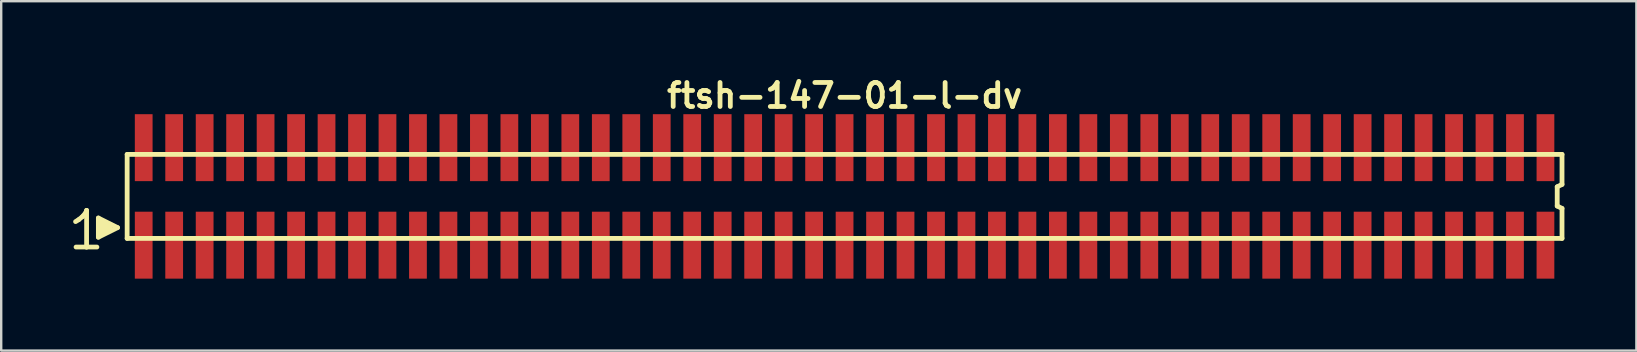
<source format=kicad_pcb>
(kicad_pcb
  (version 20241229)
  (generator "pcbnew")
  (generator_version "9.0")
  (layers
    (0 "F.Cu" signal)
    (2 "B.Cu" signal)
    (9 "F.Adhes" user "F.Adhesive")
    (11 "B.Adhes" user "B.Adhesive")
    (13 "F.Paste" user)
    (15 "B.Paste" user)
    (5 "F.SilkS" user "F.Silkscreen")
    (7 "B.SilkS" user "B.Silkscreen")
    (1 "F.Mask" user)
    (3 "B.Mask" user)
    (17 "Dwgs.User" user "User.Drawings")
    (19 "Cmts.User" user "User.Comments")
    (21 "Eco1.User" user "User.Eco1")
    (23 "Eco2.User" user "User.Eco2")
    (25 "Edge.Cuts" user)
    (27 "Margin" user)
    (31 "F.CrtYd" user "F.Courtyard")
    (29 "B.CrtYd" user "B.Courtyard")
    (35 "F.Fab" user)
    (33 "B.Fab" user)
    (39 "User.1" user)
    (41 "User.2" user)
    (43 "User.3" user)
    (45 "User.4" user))
  (footprint "ftsh-147-01-l-dv"
    (layer "F.Cu")
    (at 32.149 5.136)
    (property "Reference" "ftsh-147-01-l-dv" (at 0 -4.2 0) (layer "F.SilkS") (effects (font (size 1 1) (thickness 0.2))))
    (attr through_hole)
    (fp_line (start -32.05 1.05) (end -31.92 0.97) (stroke (width 0.198) (type solid)) (layer "F.SilkS"))
    (fp_line (start -31.92 0.97) (end -31.76 0.84) (stroke (width 0.198) (type solid)) (layer "F.SilkS"))
    (fp_line (start -31.76 0.84) (end -31.62 0.67) (stroke (width 0.198) (type solid)) (layer "F.SilkS"))
    (fp_line (start -31.62 0.67) (end -31.59 0.58) (stroke (width 0.198) (type solid)) (layer "F.SilkS"))
    (fp_line (start -31.59 0.58) (end -31.59 2.11) (stroke (width 0.198) (type solid)) (layer "F.SilkS"))
    (fp_line (start -31.59 2.11) (end -32.03 2.11) (stroke (width 0.198) (type solid)) (layer "F.SilkS"))
    (fp_line (start -31.16 2.11) (end -31.6 2.11) (stroke (width 0.198) (type solid)) (layer "F.SilkS"))
    (fp_line (start -31.1 0.9) (end -30.3 1.3) (stroke (width 0.198) (type solid)) (layer "F.SilkS"))
    (fp_line (start -31.1 1.7) (end -31.1 0.9) (stroke (width 0.198) (type solid)) (layer "F.SilkS"))
    (fp_line (start -31 1.6) (end -31 1) (stroke (width 0.198) (type solid)) (layer "F.SilkS"))
    (fp_line (start -30.9 1.1) (end -30.9 1.5) (stroke (width 0.198) (type solid)) (layer "F.SilkS"))
    (fp_line (start -30.8 1.5) (end -30.8 1.1) (stroke (width 0.198) (type solid)) (layer "F.SilkS"))
    (fp_line (start -30.7 1.2) (end -30.7 1.4) (stroke (width 0.198) (type solid)) (layer "F.SilkS"))
    (fp_line (start -30.6 1.4) (end -30.6 1.2) (stroke (width 0.198) (type solid)) (layer "F.SilkS"))
    (fp_line (start -30.3 1.3) (end -31.1 1.7) (stroke (width 0.198) (type solid)) (layer "F.SilkS"))
    (fp_line (start -29.9 -1.75) (end -29.9 1.75) (stroke (width 0.2) (type solid)) (layer "F.SilkS"))
    (fp_line (start -29.9 -1.75) (end 29.9 -1.75) (stroke (width 0.2) (type solid)) (layer "F.SilkS"))
    (fp_line (start -29.9 1.75) (end 29.9 1.75) (stroke (width 0.2) (type solid)) (layer "F.SilkS"))
    (fp_line (start 29.7 -0.4) (end 29.7 0.4) (stroke (width 0.2) (type solid)) (layer "F.SilkS"))
    (fp_line (start 29.7 0.4) (end 29.9 0.5) (stroke (width 0.2) (type solid)) (layer "F.SilkS"))
    (fp_line (start 29.9 -1.75) (end 29.9 -0.5) (stroke (width 0.2) (type solid)) (layer "F.SilkS"))
    (fp_line (start 29.9 -0.5) (end 29.7 -0.4) (stroke (width 0.2) (type solid)) (layer "F.SilkS"))
    (fp_line (start 29.9 0.5) (end 29.9 1.75) (stroke (width 0.2) (type solid)) (layer "F.SilkS"))
    (pad "1" smd rect (at -29.21 2.032) (size 0.74 2.79) (layers "F.Cu" "F.Mask" "F.Paste"))
    (pad "2" smd rect (at -29.21 -2.032) (size 0.74 2.79) (layers "F.Cu" "F.Mask" "F.Paste"))
    (pad "3" smd rect (at -27.94 2.032) (size 0.74 2.79) (layers "F.Cu" "F.Mask" "F.Paste"))
    (pad "4" smd rect (at -27.94 -2.032) (size 0.74 2.79) (layers "F.Cu" "F.Mask" "F.Paste"))
    (pad "5" smd rect (at -26.67 2.032) (size 0.74 2.79) (layers "F.Cu" "F.Mask" "F.Paste"))
    (pad "6" smd rect (at -26.67 -2.032) (size 0.74 2.79) (layers "F.Cu" "F.Mask" "F.Paste"))
    (pad "7" smd rect (at -25.4 2.032) (size 0.74 2.79) (layers "F.Cu" "F.Mask" "F.Paste"))
    (pad "8" smd rect (at -25.4 -2.032) (size 0.74 2.79) (layers "F.Cu" "F.Mask" "F.Paste"))
    (pad "9" smd rect (at -24.13 2.032) (size 0.74 2.79) (layers "F.Cu" "F.Mask" "F.Paste"))
    (pad "10" smd rect (at -24.13 -2.032) (size 0.74 2.79) (layers "F.Cu" "F.Mask" "F.Paste"))
    (pad "11" smd rect (at -22.86 2.032) (size 0.74 2.79) (layers "F.Cu" "F.Mask" "F.Paste"))
    (pad "12" smd rect (at -22.86 -2.032) (size 0.74 2.79) (layers "F.Cu" "F.Mask" "F.Paste"))
    (pad "13" smd rect (at -21.59 2.032) (size 0.74 2.79) (layers "F.Cu" "F.Mask" "F.Paste"))
    (pad "14" smd rect (at -21.59 -2.032) (size 0.74 2.79) (layers "F.Cu" "F.Mask" "F.Paste"))
    (pad "15" smd rect (at -20.32 2.032) (size 0.74 2.79) (layers "F.Cu" "F.Mask" "F.Paste"))
    (pad "16" smd rect (at -20.32 -2.032) (size 0.74 2.79) (layers "F.Cu" "F.Mask" "F.Paste"))
    (pad "17" smd rect (at -19.05 2.032) (size 0.74 2.79) (layers "F.Cu" "F.Mask" "F.Paste"))
    (pad "18" smd rect (at -19.05 -2.032) (size 0.74 2.79) (layers "F.Cu" "F.Mask" "F.Paste"))
    (pad "19" smd rect (at -17.78 2.032) (size 0.74 2.79) (layers "F.Cu" "F.Mask" "F.Paste"))
    (pad "20" smd rect (at -17.78 -2.032) (size 0.74 2.79) (layers "F.Cu" "F.Mask" "F.Paste"))
    (pad "21" smd rect (at -16.51 2.032) (size 0.74 2.79) (layers "F.Cu" "F.Mask" "F.Paste"))
    (pad "22" smd rect (at -16.51 -2.032) (size 0.74 2.79) (layers "F.Cu" "F.Mask" "F.Paste"))
    (pad "23" smd rect (at -15.24 2.032) (size 0.74 2.79) (layers "F.Cu" "F.Mask" "F.Paste"))
    (pad "24" smd rect (at -15.24 -2.032) (size 0.74 2.79) (layers "F.Cu" "F.Mask" "F.Paste"))
    (pad "25" smd rect (at -13.97 2.032) (size 0.74 2.79) (layers "F.Cu" "F.Mask" "F.Paste"))
    (pad "26" smd rect (at -13.97 -2.032) (size 0.74 2.79) (layers "F.Cu" "F.Mask" "F.Paste"))
    (pad "27" smd rect (at -12.7 2.032) (size 0.74 2.79) (layers "F.Cu" "F.Mask" "F.Paste"))
    (pad "28" smd rect (at -12.7 -2.032) (size 0.74 2.79) (layers "F.Cu" "F.Mask" "F.Paste"))
    (pad "29" smd rect (at -11.43 2.032) (size 0.74 2.79) (layers "F.Cu" "F.Mask" "F.Paste"))
    (pad "30" smd rect (at -11.43 -2.032) (size 0.74 2.79) (layers "F.Cu" "F.Mask" "F.Paste"))
    (pad "31" smd rect (at -10.16 2.032) (size 0.74 2.79) (layers "F.Cu" "F.Mask" "F.Paste"))
    (pad "32" smd rect (at -10.16 -2.032) (size 0.74 2.79) (layers "F.Cu" "F.Mask" "F.Paste"))
    (pad "33" smd rect (at -8.89 2.032) (size 0.74 2.79) (layers "F.Cu" "F.Mask" "F.Paste"))
    (pad "34" smd rect (at -8.89 -2.032) (size 0.74 2.79) (layers "F.Cu" "F.Mask" "F.Paste"))
    (pad "35" smd rect (at -7.62 2.032) (size 0.74 2.79) (layers "F.Cu" "F.Mask" "F.Paste"))
    (pad "36" smd rect (at -7.62 -2.032) (size 0.74 2.79) (layers "F.Cu" "F.Mask" "F.Paste"))
    (pad "37" smd rect (at -6.35 2.032) (size 0.74 2.79) (layers "F.Cu" "F.Mask" "F.Paste"))
    (pad "38" smd rect (at -6.35 -2.032) (size 0.74 2.79) (layers "F.Cu" "F.Mask" "F.Paste"))
    (pad "39" smd rect (at -5.08 2.032) (size 0.74 2.79) (layers "F.Cu" "F.Mask" "F.Paste"))
    (pad "40" smd rect (at -5.08 -2.032) (size 0.74 2.79) (layers "F.Cu" "F.Mask" "F.Paste"))
    (pad "41" smd rect (at -3.81 2.032) (size 0.74 2.79) (layers "F.Cu" "F.Mask" "F.Paste"))
    (pad "42" smd rect (at -3.81 -2.032) (size 0.74 2.79) (layers "F.Cu" "F.Mask" "F.Paste"))
    (pad "43" smd rect (at -2.54 2.032) (size 0.74 2.79) (layers "F.Cu" "F.Mask" "F.Paste"))
    (pad "44" smd rect (at -2.54 -2.032) (size 0.74 2.79) (layers "F.Cu" "F.Mask" "F.Paste"))
    (pad "45" smd rect (at -1.27 2.032) (size 0.74 2.79) (layers "F.Cu" "F.Mask" "F.Paste"))
    (pad "46" smd rect (at -1.27 -2.032) (size 0.74 2.79) (layers "F.Cu" "F.Mask" "F.Paste"))
    (pad "47" smd rect (at 0 2.032) (size 0.74 2.79) (layers "F.Cu" "F.Mask" "F.Paste"))
    (pad "48" smd rect (at 0 -2.032) (size 0.74 2.79) (layers "F.Cu" "F.Mask" "F.Paste"))
    (pad "49" smd rect (at 1.27 2.032) (size 0.74 2.79) (layers "F.Cu" "F.Mask" "F.Paste"))
    (pad "50" smd rect (at 1.27 -2.032) (size 0.74 2.79) (layers "F.Cu" "F.Mask" "F.Paste"))
    (pad "51" smd rect (at 2.54 2.032) (size 0.74 2.79) (layers "F.Cu" "F.Mask" "F.Paste"))
    (pad "52" smd rect (at 2.54 -2.032) (size 0.74 2.79) (layers "F.Cu" "F.Mask" "F.Paste"))
    (pad "53" smd rect (at 3.81 2.032) (size 0.74 2.79) (layers "F.Cu" "F.Mask" "F.Paste"))
    (pad "54" smd rect (at 3.81 -2.032) (size 0.74 2.79) (layers "F.Cu" "F.Mask" "F.Paste"))
    (pad "55" smd rect (at 5.08 2.032) (size 0.74 2.79) (layers "F.Cu" "F.Mask" "F.Paste"))
    (pad "56" smd rect (at 5.08 -2.032) (size 0.74 2.79) (layers "F.Cu" "F.Mask" "F.Paste"))
    (pad "57" smd rect (at 6.35 2.032) (size 0.74 2.79) (layers "F.Cu" "F.Mask" "F.Paste"))
    (pad "58" smd rect (at 6.35 -2.032) (size 0.74 2.79) (layers "F.Cu" "F.Mask" "F.Paste"))
    (pad "59" smd rect (at 7.62 2.032) (size 0.74 2.79) (layers "F.Cu" "F.Mask" "F.Paste"))
    (pad "60" smd rect (at 7.62 -2.032) (size 0.74 2.79) (layers "F.Cu" "F.Mask" "F.Paste"))
    (pad "61" smd rect (at 8.89 2.032) (size 0.74 2.79) (layers "F.Cu" "F.Mask" "F.Paste"))
    (pad "62" smd rect (at 8.89 -2.032) (size 0.74 2.79) (layers "F.Cu" "F.Mask" "F.Paste"))
    (pad "63" smd rect (at 10.16 2.032) (size 0.74 2.79) (layers "F.Cu" "F.Mask" "F.Paste"))
    (pad "64" smd rect (at 10.16 -2.032) (size 0.74 2.79) (layers "F.Cu" "F.Mask" "F.Paste"))
    (pad "65" smd rect (at 11.43 2.032) (size 0.74 2.79) (layers "F.Cu" "F.Mask" "F.Paste"))
    (pad "66" smd rect (at 11.43 -2.032) (size 0.74 2.79) (layers "F.Cu" "F.Mask" "F.Paste"))
    (pad "67" smd rect (at 12.7 2.032) (size 0.74 2.79) (layers "F.Cu" "F.Mask" "F.Paste"))
    (pad "68" smd rect (at 12.7 -2.032) (size 0.74 2.79) (layers "F.Cu" "F.Mask" "F.Paste"))
    (pad "69" smd rect (at 13.97 2.032) (size 0.74 2.79) (layers "F.Cu" "F.Mask" "F.Paste"))
    (pad "70" smd rect (at 13.97 -2.032) (size 0.74 2.79) (layers "F.Cu" "F.Mask" "F.Paste"))
    (pad "71" smd rect (at 15.24 2.032) (size 0.74 2.79) (layers "F.Cu" "F.Mask" "F.Paste"))
    (pad "72" smd rect (at 15.24 -2.032) (size 0.74 2.79) (layers "F.Cu" "F.Mask" "F.Paste"))
    (pad "73" smd rect (at 16.51 2.032) (size 0.74 2.79) (layers "F.Cu" "F.Mask" "F.Paste"))
    (pad "74" smd rect (at 16.51 -2.032) (size 0.74 2.79) (layers "F.Cu" "F.Mask" "F.Paste"))
    (pad "75" smd rect (at 17.78 2.032) (size 0.74 2.79) (layers "F.Cu" "F.Mask" "F.Paste"))
    (pad "76" smd rect (at 17.78 -2.032) (size 0.74 2.79) (layers "F.Cu" "F.Mask" "F.Paste"))
    (pad "77" smd rect (at 19.05 2.032) (size 0.74 2.79) (layers "F.Cu" "F.Mask" "F.Paste"))
    (pad "78" smd rect (at 19.05 -2.032) (size 0.74 2.79) (layers "F.Cu" "F.Mask" "F.Paste"))
    (pad "79" smd rect (at 20.32 2.032) (size 0.74 2.79) (layers "F.Cu" "F.Mask" "F.Paste"))
    (pad "80" smd rect (at 20.32 -2.032) (size 0.74 2.79) (layers "F.Cu" "F.Mask" "F.Paste"))
    (pad "81" smd rect (at 21.59 2.032) (size 0.74 2.79) (layers "F.Cu" "F.Mask" "F.Paste"))
    (pad "82" smd rect (at 21.59 -2.032) (size 0.74 2.79) (layers "F.Cu" "F.Mask" "F.Paste"))
    (pad "83" smd rect (at 22.86 2.032) (size 0.74 2.79) (layers "F.Cu" "F.Mask" "F.Paste"))
    (pad "84" smd rect (at 22.86 -2.032) (size 0.74 2.79) (layers "F.Cu" "F.Mask" "F.Paste"))
    (pad "85" smd rect (at 24.13 2.032) (size 0.74 2.79) (layers "F.Cu" "F.Mask" "F.Paste"))
    (pad "86" smd rect (at 24.13 -2.032) (size 0.74 2.79) (layers "F.Cu" "F.Mask" "F.Paste"))
    (pad "87" smd rect (at 25.4 2.032) (size 0.74 2.79) (layers "F.Cu" "F.Mask" "F.Paste"))
    (pad "88" smd rect (at 25.4 -2.032) (size 0.74 2.79) (layers "F.Cu" "F.Mask" "F.Paste"))
    (pad "89" smd rect (at 26.67 2.032) (size 0.74 2.79) (layers "F.Cu" "F.Mask" "F.Paste"))
    (pad "90" smd rect (at 26.67 -2.032) (size 0.74 2.79) (layers "F.Cu" "F.Mask" "F.Paste"))
    (pad "91" smd rect (at 27.94 2.032) (size 0.74 2.79) (layers "F.Cu" "F.Mask" "F.Paste"))
    (pad "92" smd rect (at 27.94 -2.032) (size 0.74 2.79) (layers "F.Cu" "F.Mask" "F.Paste"))
    (pad "93" smd rect (at 29.21 2.032) (size 0.74 2.79) (layers "F.Cu" "F.Mask" "F.Paste"))
    (pad "94" smd rect (at 29.21 -2.032) (size 0.74 2.79) (layers "F.Cu" "F.Mask" "F.Paste")))
  (gr_rect
    (start -3 -3)
    (end 65.149 11.563)
    (stroke (width 0.1) (type default))
    (fill no)
    (layer "Edge.Cuts")))
</source>
